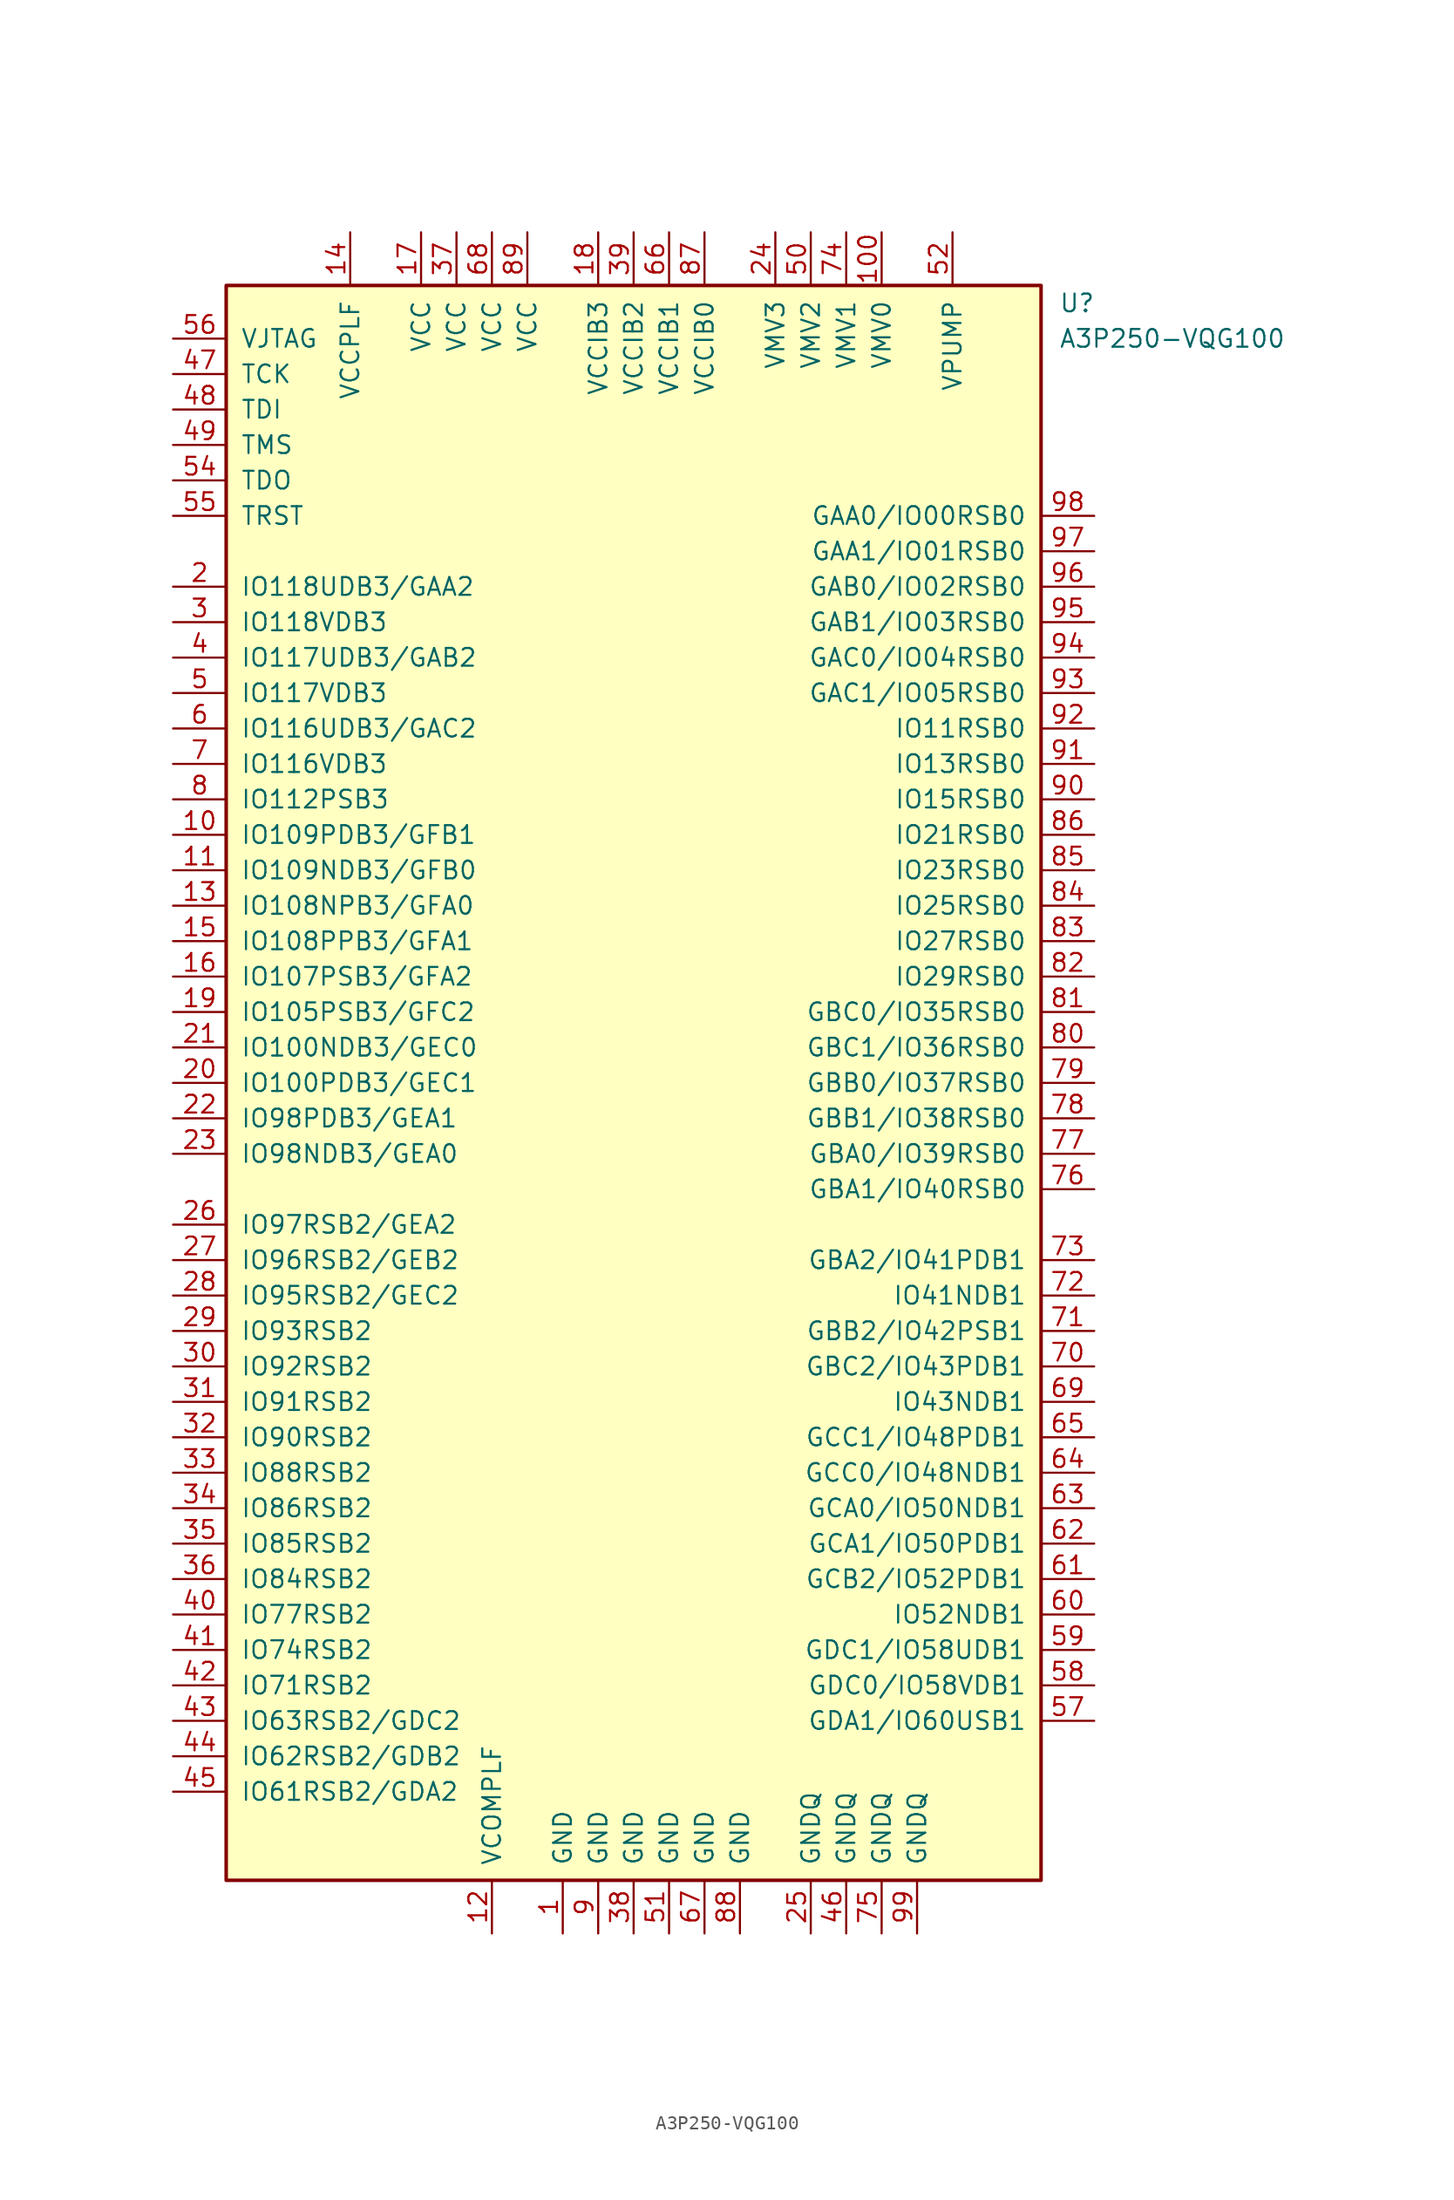
<source format=kicad_sym>
(kicad_symbol_lib
  (version 20231120)
  (generator "kicad_symbol_editor")
  (generator_version "8.0")
  (symbol "A3P250-VQG100"
    (pin_names
      (offset 1.016))
    (property "Reference" "U"
      (at 30.48 55.88 0)
      (effects (font (size 1.27 1.27)) (justify left)))
    (property "Value" "A3P250-VQG100"
      (at 30.48 53.34 0)
      (effects (font (size 1.27 1.27)) (justify left)))
    (symbol "A3P250-VQG100_0_1"
      (rectangle (start -29.21 57.15) (end 29.21 -57.15) (stroke (width 0.254) (type default)) (fill (type background))))
    (symbol "A3P250-VQG100_1_1"
      (pin power_out line (at -5.08 -60.96 90) (length 3.81) (name "GND" (effects (font (size 1.27 1.27)))) (number "1" (effects (font (size 1.27 1.27)))))
      (pin bidirectional line (at -33.02 17.78 0) (length 3.81) (name "IO109PDB3/GFB1" (effects (font (size 1.27 1.27)))) (number "10" (effects (font (size 1.27 1.27)))))
      (pin power_in line (at 17.78 60.96 270) (length 3.81) (name "VMV0" (effects (font (size 1.27 1.27)))) (number "100" (effects (font (size 1.27 1.27)))))
      (pin bidirectional line (at -33.02 15.24 0) (length 3.81) (name "IO109NDB3/GFB0" (effects (font (size 1.27 1.27)))) (number "11" (effects (font (size 1.27 1.27)))))
      (pin power_in line (at -10.16 -60.96 90) (length 3.81) (name "VCOMPLF" (effects (font (size 1.27 1.27)))) (number "12" (effects (font (size 1.27 1.27)))))
      (pin bidirectional line (at -33.02 12.7 0) (length 3.81) (name "IO108NPB3/GFA0" (effects (font (size 1.27 1.27)))) (number "13" (effects (font (size 1.27 1.27)))))
      (pin power_in line (at -20.32 60.96 270) (length 3.81) (name "VCCPLF" (effects (font (size 1.27 1.27)))) (number "14" (effects (font (size 1.27 1.27)))))
      (pin bidirectional line (at -33.02 10.16 0) (length 3.81) (name "IO108PPB3/GFA1" (effects (font (size 1.27 1.27)))) (number "15" (effects (font (size 1.27 1.27)))))
      (pin bidirectional line (at -33.02 7.62 0) (length 3.81) (name "IO107PSB3/GFA2" (effects (font (size 1.27 1.27)))) (number "16" (effects (font (size 1.27 1.27)))))
      (pin power_in line (at -15.24 60.96 270) (length 3.81) (name "VCC" (effects (font (size 1.27 1.27)))) (number "17" (effects (font (size 1.27 1.27)))))
      (pin power_in line (at -2.54 60.96 270) (length 3.81) (name "VCCIB3" (effects (font (size 1.27 1.27)))) (number "18" (effects (font (size 1.27 1.27)))))
      (pin bidirectional line (at -33.02 5.08 0) (length 3.81) (name "IO105PSB3/GFC2" (effects (font (size 1.27 1.27)))) (number "19" (effects (font (size 1.27 1.27)))))
      (pin bidirectional line (at -33.02 35.56 0) (length 3.81) (name "IO118UDB3/GAA2" (effects (font (size 1.27 1.27)))) (number "2" (effects (font (size 1.27 1.27)))))
      (pin bidirectional line (at -33.02 0 0) (length 3.81) (name "IO100PDB3/GEC1" (effects (font (size 1.27 1.27)))) (number "20" (effects (font (size 1.27 1.27)))))
      (pin bidirectional line (at -33.02 2.54 0) (length 3.81) (name "IO100NDB3/GEC0" (effects (font (size 1.27 1.27)))) (number "21" (effects (font (size 1.27 1.27)))))
      (pin bidirectional line (at -33.02 -2.54 0) (length 3.81) (name "IO98PDB3/GEA1" (effects (font (size 1.27 1.27)))) (number "22" (effects (font (size 1.27 1.27)))))
      (pin bidirectional line (at -33.02 -5.08 0) (length 3.81) (name "IO98NDB3/GEA0" (effects (font (size 1.27 1.27)))) (number "23" (effects (font (size 1.27 1.27)))))
      (pin bidirectional line (at 10.16 60.96 270) (length 3.81) (name "VMV3" (effects (font (size 1.27 1.27)))) (number "24" (effects (font (size 1.27 1.27)))))
      (pin bidirectional line (at 12.7 -60.96 90) (length 3.81) (name "GNDQ" (effects (font (size 1.27 1.27)))) (number "25" (effects (font (size 1.27 1.27)))))
      (pin bidirectional line (at -33.02 -10.16 0) (length 3.81) (name "IO97RSB2/GEA2" (effects (font (size 1.27 1.27)))) (number "26" (effects (font (size 1.27 1.27)))))
      (pin bidirectional line (at -33.02 -12.7 0) (length 3.81) (name "IO96RSB2/GEB2" (effects (font (size 1.27 1.27)))) (number "27" (effects (font (size 1.27 1.27)))))
      (pin bidirectional line (at -33.02 -15.24 0) (length 3.81) (name "IO95RSB2/GEC2" (effects (font (size 1.27 1.27)))) (number "28" (effects (font (size 1.27 1.27)))))
      (pin bidirectional line (at -33.02 -17.78 0) (length 3.81) (name "IO93RSB2" (effects (font (size 1.27 1.27)))) (number "29" (effects (font (size 1.27 1.27)))))
      (pin bidirectional line (at -33.02 33.02 0) (length 3.81) (name "IO118VDB3" (effects (font (size 1.27 1.27)))) (number "3" (effects (font (size 1.27 1.27)))))
      (pin bidirectional line (at -33.02 -20.32 0) (length 3.81) (name "IO92RSB2" (effects (font (size 1.27 1.27)))) (number "30" (effects (font (size 1.27 1.27)))))
      (pin bidirectional line (at -33.02 -22.86 0) (length 3.81) (name "IO91RSB2" (effects (font (size 1.27 1.27)))) (number "31" (effects (font (size 1.27 1.27)))))
      (pin bidirectional line (at -33.02 -25.4 0) (length 3.81) (name "IO90RSB2" (effects (font (size 1.27 1.27)))) (number "32" (effects (font (size 1.27 1.27)))))
      (pin bidirectional line (at -33.02 -27.94 0) (length 3.81) (name "IO88RSB2" (effects (font (size 1.27 1.27)))) (number "33" (effects (font (size 1.27 1.27)))))
      (pin bidirectional line (at -33.02 -30.48 0) (length 3.81) (name "IO86RSB2" (effects (font (size 1.27 1.27)))) (number "34" (effects (font (size 1.27 1.27)))))
      (pin bidirectional line (at -33.02 -33.02 0) (length 3.81) (name "IO85RSB2" (effects (font (size 1.27 1.27)))) (number "35" (effects (font (size 1.27 1.27)))))
      (pin bidirectional line (at -33.02 -35.56 0) (length 3.81) (name "IO84RSB2" (effects (font (size 1.27 1.27)))) (number "36" (effects (font (size 1.27 1.27)))))
      (pin power_in line (at -12.7 60.96 270) (length 3.81) (name "VCC" (effects (font (size 1.27 1.27)))) (number "37" (effects (font (size 1.27 1.27)))))
      (pin power_out line (at 0 -60.96 90) (length 3.81) (name "GND" (effects (font (size 1.27 1.27)))) (number "38" (effects (font (size 1.27 1.27)))))
      (pin power_in line (at 0 60.96 270) (length 3.81) (name "VCCIB2" (effects (font (size 1.27 1.27)))) (number "39" (effects (font (size 1.27 1.27)))))
      (pin bidirectional line (at -33.02 30.48 0) (length 3.81) (name "IO117UDB3/GAB2" (effects (font (size 1.27 1.27)))) (number "4" (effects (font (size 1.27 1.27)))))
      (pin bidirectional line (at -33.02 -38.1 0) (length 3.81) (name "IO77RSB2" (effects (font (size 1.27 1.27)))) (number "40" (effects (font (size 1.27 1.27)))))
      (pin bidirectional line (at -33.02 -40.64 0) (length 3.81) (name "IO74RSB2" (effects (font (size 1.27 1.27)))) (number "41" (effects (font (size 1.27 1.27)))))
      (pin bidirectional line (at -33.02 -43.18 0) (length 3.81) (name "IO71RSB2" (effects (font (size 1.27 1.27)))) (number "42" (effects (font (size 1.27 1.27)))))
      (pin bidirectional line (at -33.02 -45.72 0) (length 3.81) (name "IO63RSB2/GDC2" (effects (font (size 1.27 1.27)))) (number "43" (effects (font (size 1.27 1.27)))))
      (pin bidirectional line (at -33.02 -48.26 0) (length 3.81) (name "IO62RSB2/GDB2" (effects (font (size 1.27 1.27)))) (number "44" (effects (font (size 1.27 1.27)))))
      (pin bidirectional line (at -33.02 -50.8 0) (length 3.81) (name "IO61RSB2/GDA2" (effects (font (size 1.27 1.27)))) (number "45" (effects (font (size 1.27 1.27)))))
      (pin power_out line (at 15.24 -60.96 90) (length 3.81) (name "GNDQ" (effects (font (size 1.27 1.27)))) (number "46" (effects (font (size 1.27 1.27)))))
      (pin bidirectional line (at -33.02 50.8 0) (length 3.81) (name "TCK" (effects (font (size 1.27 1.27)))) (number "47" (effects (font (size 1.27 1.27)))))
      (pin bidirectional line (at -33.02 48.26 0) (length 3.81) (name "TDI" (effects (font (size 1.27 1.27)))) (number "48" (effects (font (size 1.27 1.27)))))
      (pin bidirectional line (at -33.02 45.72 0) (length 3.81) (name "TMS" (effects (font (size 1.27 1.27)))) (number "49" (effects (font (size 1.27 1.27)))))
      (pin bidirectional line (at -33.02 27.94 0) (length 3.81) (name "IO117VDB3" (effects (font (size 1.27 1.27)))) (number "5" (effects (font (size 1.27 1.27)))))
      (pin power_in line (at 12.7 60.96 270) (length 3.81) (name "VMV2" (effects (font (size 1.27 1.27)))) (number "50" (effects (font (size 1.27 1.27)))))
      (pin power_out line (at 2.54 -60.96 90) (length 3.81) (name "GND" (effects (font (size 1.27 1.27)))) (number "51" (effects (font (size 1.27 1.27)))))
      (pin power_in line (at 22.86 60.96 270) (length 3.81) (name "VPUMP" (effects (font (size 1.27 1.27)))) (number "52" (effects (font (size 1.27 1.27)))))
      (pin bidirectional line (at -33.02 43.18 0) (length 3.81) (name "TDO" (effects (font (size 1.27 1.27)))) (number "54" (effects (font (size 1.27 1.27)))))
      (pin bidirectional line (at -33.02 40.64 0) (length 3.81) (name "TRST" (effects (font (size 1.27 1.27)))) (number "55" (effects (font (size 1.27 1.27)))))
      (pin bidirectional line (at -33.02 53.34 0) (length 3.81) (name "VJTAG" (effects (font (size 1.27 1.27)))) (number "56" (effects (font (size 1.27 1.27)))))
      (pin bidirectional line (at 33.02 -45.72 180) (length 3.81) (name "GDA1/IO60USB1" (effects (font (size 1.27 1.27)))) (number "57" (effects (font (size 1.27 1.27)))))
      (pin bidirectional line (at 33.02 -43.18 180) (length 3.81) (name "GDC0/IO58VDB1" (effects (font (size 1.27 1.27)))) (number "58" (effects (font (size 1.27 1.27)))))
      (pin bidirectional line (at 33.02 -40.64 180) (length 3.81) (name "GDC1/IO58UDB1" (effects (font (size 1.27 1.27)))) (number "59" (effects (font (size 1.27 1.27)))))
      (pin bidirectional line (at -33.02 25.4 0) (length 3.81) (name "IO116UDB3/GAC2" (effects (font (size 1.27 1.27)))) (number "6" (effects (font (size 1.27 1.27)))))
      (pin bidirectional line (at 33.02 -38.1 180) (length 3.81) (name "IO52NDB1" (effects (font (size 1.27 1.27)))) (number "60" (effects (font (size 1.27 1.27)))))
      (pin bidirectional line (at 33.02 -35.56 180) (length 3.81) (name "GCB2/IO52PDB1" (effects (font (size 1.27 1.27)))) (number "61" (effects (font (size 1.27 1.27)))))
      (pin bidirectional line (at 33.02 -33.02 180) (length 3.81) (name "GCA1/IO50PDB1" (effects (font (size 1.27 1.27)))) (number "62" (effects (font (size 1.27 1.27)))))
      (pin bidirectional line (at 33.02 -30.48 180) (length 3.81) (name "GCA0/IO50NDB1" (effects (font (size 1.27 1.27)))) (number "63" (effects (font (size 1.27 1.27)))))
      (pin bidirectional line (at 33.02 -27.94 180) (length 3.81) (name "GCC0/IO48NDB1" (effects (font (size 1.27 1.27)))) (number "64" (effects (font (size 1.27 1.27)))))
      (pin bidirectional line (at 33.02 -25.4 180) (length 3.81) (name "GCC1/IO48PDB1" (effects (font (size 1.27 1.27)))) (number "65" (effects (font (size 1.27 1.27)))))
      (pin bidirectional line (at 2.54 60.96 270) (length 3.81) (name "VCCIB1" (effects (font (size 1.27 1.27)))) (number "66" (effects (font (size 1.27 1.27)))))
      (pin power_out line (at 5.08 -60.96 90) (length 3.81) (name "GND" (effects (font (size 1.27 1.27)))) (number "67" (effects (font (size 1.27 1.27)))))
      (pin power_in line (at -10.16 60.96 270) (length 3.81) (name "VCC" (effects (font (size 1.27 1.27)))) (number "68" (effects (font (size 1.27 1.27)))))
      (pin bidirectional line (at 33.02 -22.86 180) (length 3.81) (name "IO43NDB1" (effects (font (size 1.27 1.27)))) (number "69" (effects (font (size 1.27 1.27)))))
      (pin input line (at -33.02 22.86 0) (length 3.81) (name "IO116VDB3" (effects (font (size 1.27 1.27)))) (number "7" (effects (font (size 1.27 1.27)))))
      (pin bidirectional line (at 33.02 -20.32 180) (length 3.81) (name "GBC2/IO43PDB1" (effects (font (size 1.27 1.27)))) (number "70" (effects (font (size 1.27 1.27)))))
      (pin bidirectional line (at 33.02 -17.78 180) (length 3.81) (name "GBB2/IO42PSB1" (effects (font (size 1.27 1.27)))) (number "71" (effects (font (size 1.27 1.27)))))
      (pin bidirectional line (at 33.02 -15.24 180) (length 3.81) (name "IO41NDB1" (effects (font (size 1.27 1.27)))) (number "72" (effects (font (size 1.27 1.27)))))
      (pin bidirectional line (at 33.02 -12.7 180) (length 3.81) (name "GBA2/IO41PDB1" (effects (font (size 1.27 1.27)))) (number "73" (effects (font (size 1.27 1.27)))))
      (pin bidirectional line (at 15.24 60.96 270) (length 3.81) (name "VMV1" (effects (font (size 1.27 1.27)))) (number "74" (effects (font (size 1.27 1.27)))))
      (pin bidirectional line (at 17.78 -60.96 90) (length 3.81) (name "GNDQ" (effects (font (size 1.27 1.27)))) (number "75" (effects (font (size 1.27 1.27)))))
      (pin bidirectional line (at 33.02 -7.62 180) (length 3.81) (name "GBA1/IO40RSB0" (effects (font (size 1.27 1.27)))) (number "76" (effects (font (size 1.27 1.27)))))
      (pin bidirectional line (at 33.02 -5.08 180) (length 3.81) (name "GBA0/IO39RSB0" (effects (font (size 1.27 1.27)))) (number "77" (effects (font (size 1.27 1.27)))))
      (pin bidirectional line (at 33.02 -2.54 180) (length 3.81) (name "GBB1/IO38RSB0" (effects (font (size 1.27 1.27)))) (number "78" (effects (font (size 1.27 1.27)))))
      (pin bidirectional line (at 33.02 0 180) (length 3.81) (name "GBB0/IO37RSB0" (effects (font (size 1.27 1.27)))) (number "79" (effects (font (size 1.27 1.27)))))
      (pin bidirectional line (at -33.02 20.32 0) (length 3.81) (name "IO112PSB3" (effects (font (size 1.27 1.27)))) (number "8" (effects (font (size 1.27 1.27)))))
      (pin bidirectional line (at 33.02 2.54 180) (length 3.81) (name "GBC1/IO36RSB0" (effects (font (size 1.27 1.27)))) (number "80" (effects (font (size 1.27 1.27)))))
      (pin bidirectional line (at 33.02 5.08 180) (length 3.81) (name "GBC0/IO35RSB0" (effects (font (size 1.27 1.27)))) (number "81" (effects (font (size 1.27 1.27)))))
      (pin bidirectional line (at 33.02 7.62 180) (length 3.81) (name "IO29RSB0" (effects (font (size 1.27 1.27)))) (number "82" (effects (font (size 1.27 1.27)))))
      (pin bidirectional line (at 33.02 10.16 180) (length 3.81) (name "IO27RSB0" (effects (font (size 1.27 1.27)))) (number "83" (effects (font (size 1.27 1.27)))))
      (pin bidirectional line (at 33.02 12.7 180) (length 3.81) (name "IO25RSB0" (effects (font (size 1.27 1.27)))) (number "84" (effects (font (size 1.27 1.27)))))
      (pin bidirectional line (at 33.02 15.24 180) (length 3.81) (name "IO23RSB0" (effects (font (size 1.27 1.27)))) (number "85" (effects (font (size 1.27 1.27)))))
      (pin bidirectional line (at 33.02 17.78 180) (length 3.81) (name "IO21RSB0" (effects (font (size 1.27 1.27)))) (number "86" (effects (font (size 1.27 1.27)))))
      (pin power_in line (at 5.08 60.96 270) (length 3.81) (name "VCCIB0" (effects (font (size 1.27 1.27)))) (number "87" (effects (font (size 1.27 1.27)))))
      (pin power_out line (at 7.62 -60.96 90) (length 3.81) (name "GND" (effects (font (size 1.27 1.27)))) (number "88" (effects (font (size 1.27 1.27)))))
      (pin power_in line (at -7.62 60.96 270) (length 3.81) (name "VCC" (effects (font (size 1.27 1.27)))) (number "89" (effects (font (size 1.27 1.27)))))
      (pin power_out line (at -2.54 -60.96 90) (length 3.81) (name "GND" (effects (font (size 1.27 1.27)))) (number "9" (effects (font (size 1.27 1.27)))))
      (pin input line (at 33.02 20.32 180) (length 3.81) (name "IO15RSB0" (effects (font (size 1.27 1.27)))) (number "90" (effects (font (size 1.27 1.27)))))
      (pin bidirectional line (at 33.02 22.86 180) (length 3.81) (name "IO13RSB0" (effects (font (size 1.27 1.27)))) (number "91" (effects (font (size 1.27 1.27)))))
      (pin bidirectional line (at 33.02 25.4 180) (length 3.81) (name "IO11RSB0" (effects (font (size 1.27 1.27)))) (number "92" (effects (font (size 1.27 1.27)))))
      (pin bidirectional line (at 33.02 27.94 180) (length 3.81) (name "GAC1/IO05RSB0" (effects (font (size 1.27 1.27)))) (number "93" (effects (font (size 1.27 1.27)))))
      (pin bidirectional line (at 33.02 30.48 180) (length 3.81) (name "GAC0/IO04RSB0" (effects (font (size 1.27 1.27)))) (number "94" (effects (font (size 1.27 1.27)))))
      (pin bidirectional line (at 33.02 33.02 180) (length 3.81) (name "GAB1/IO03RSB0" (effects (font (size 1.27 1.27)))) (number "95" (effects (font (size 1.27 1.27)))))
      (pin bidirectional line (at 33.02 35.56 180) (length 3.81) (name "GAB0/IO02RSB0" (effects (font (size 1.27 1.27)))) (number "96" (effects (font (size 1.27 1.27)))))
      (pin bidirectional line (at 33.02 38.1 180) (length 3.81) (name "GAA1/IO01RSB0" (effects (font (size 1.27 1.27)))) (number "97" (effects (font (size 1.27 1.27)))))
      (pin bidirectional line (at 33.02 40.64 180) (length 3.81) (name "GAA0/IO00RSB0" (effects (font (size 1.27 1.27)))) (number "98" (effects (font (size 1.27 1.27)))))
      (pin power_out line (at 20.32 -60.96 90) (length 3.81) (name "GNDQ" (effects (font (size 1.27 1.27)))) (number "99" (effects (font (size 1.27 1.27))))))))
</source>
